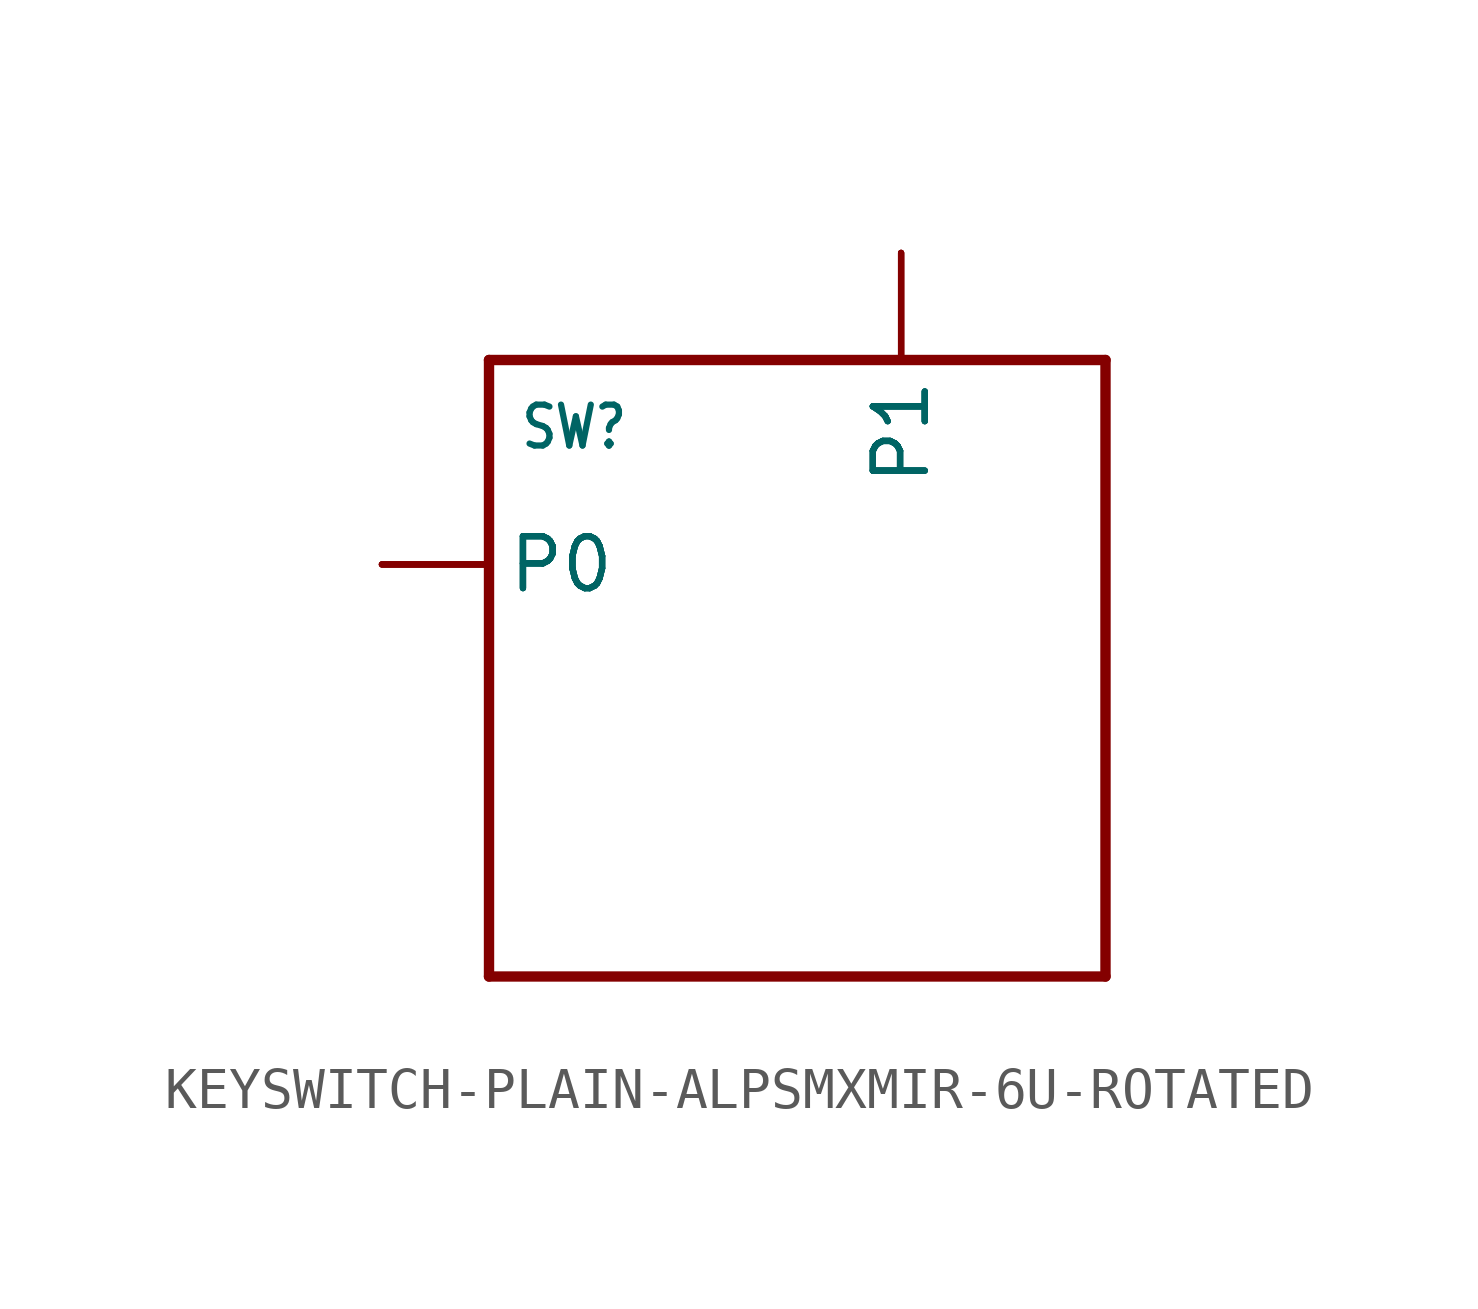
<source format=kicad_sym>
(kicad_symbol_lib
  (version 20211014)
  (generator kicad_symbol_editor)
  (symbol "KEYSWITCH-PLAIN-ALPSMXMIR-6U-ROTATED"
    (property "Reference" "SW"
      (at -6.81 5.318 0)
      (effects (font (size 1 0.85)) (justify left bottom)))
    (property "ki_locked" ""
      (at 0 0 0)
      (effects (font (size 1.27 1.27))))
    (symbol "KEYSWITCH-PLAIN-ALPSMXMIR-6U-ROTATED_1_0"
      (polyline (pts (xy -7.54 -7.54) (xy -7.54 7.54)) (stroke (width 0.254) (type default) (color 0 0 0 0)) (fill (type none)))
      (polyline (pts (xy -7.54 7.54) (xy 7.54 7.54)) (stroke (width 0.254) (type default) (color 0 0 0 0)) (fill (type none)))
      (polyline (pts (xy 7.54 -7.54) (xy -7.54 -7.54)) (stroke (width 0.254) (type default) (color 0 0 0 0)) (fill (type none)))
      (polyline (pts (xy 7.54 7.54) (xy 7.54 -7.54)) (stroke (width 0.254) (type default) (color 0 0 0 0)) (fill (type none)))
      (pin bidirectional line (at -10.16 2.54 0) (length 2.54) (name "P0" (effects (font (size 1.27 1.27)))) (number "ALPS1" (effects (font (size 0 0)))))
      (pin bidirectional line (at 2.54 10.16 270) (length 2.54) (name "P1" (effects (font (size 1.27 1.27)))) (number "ALPS2" (effects (font (size 0 0)))))
      (pin bidirectional line (at -10.16 2.54 0) (length 2.54) (name "P0" (effects (font (size 1.27 1.27)))) (number "ALPS3" (effects (font (size 0 0)))))
      (pin bidirectional line (at 2.54 10.16 270) (length 2.54) (name "P1" (effects (font (size 1.27 1.27)))) (number "ALPS4" (effects (font (size 0 0)))))
      (pin bidirectional line (at -10.16 2.54 0) (length 2.54) (name "P0" (effects (font (size 1.27 1.27)))) (number "MX1" (effects (font (size 0 0)))))
      (pin bidirectional line (at 2.54 10.16 270) (length 2.54) (name "P1" (effects (font (size 1.27 1.27)))) (number "MX2" (effects (font (size 0 0)))))
      (pin bidirectional line (at -10.16 2.54 0) (length 2.54) (name "P0" (effects (font (size 1.27 1.27)))) (number "MX3" (effects (font (size 0 0)))))
      (pin bidirectional line (at 2.54 10.16 270) (length 2.54) (name "P1" (effects (font (size 1.27 1.27)))) (number "MX4" (effects (font (size 0 0))))))))
</source>
